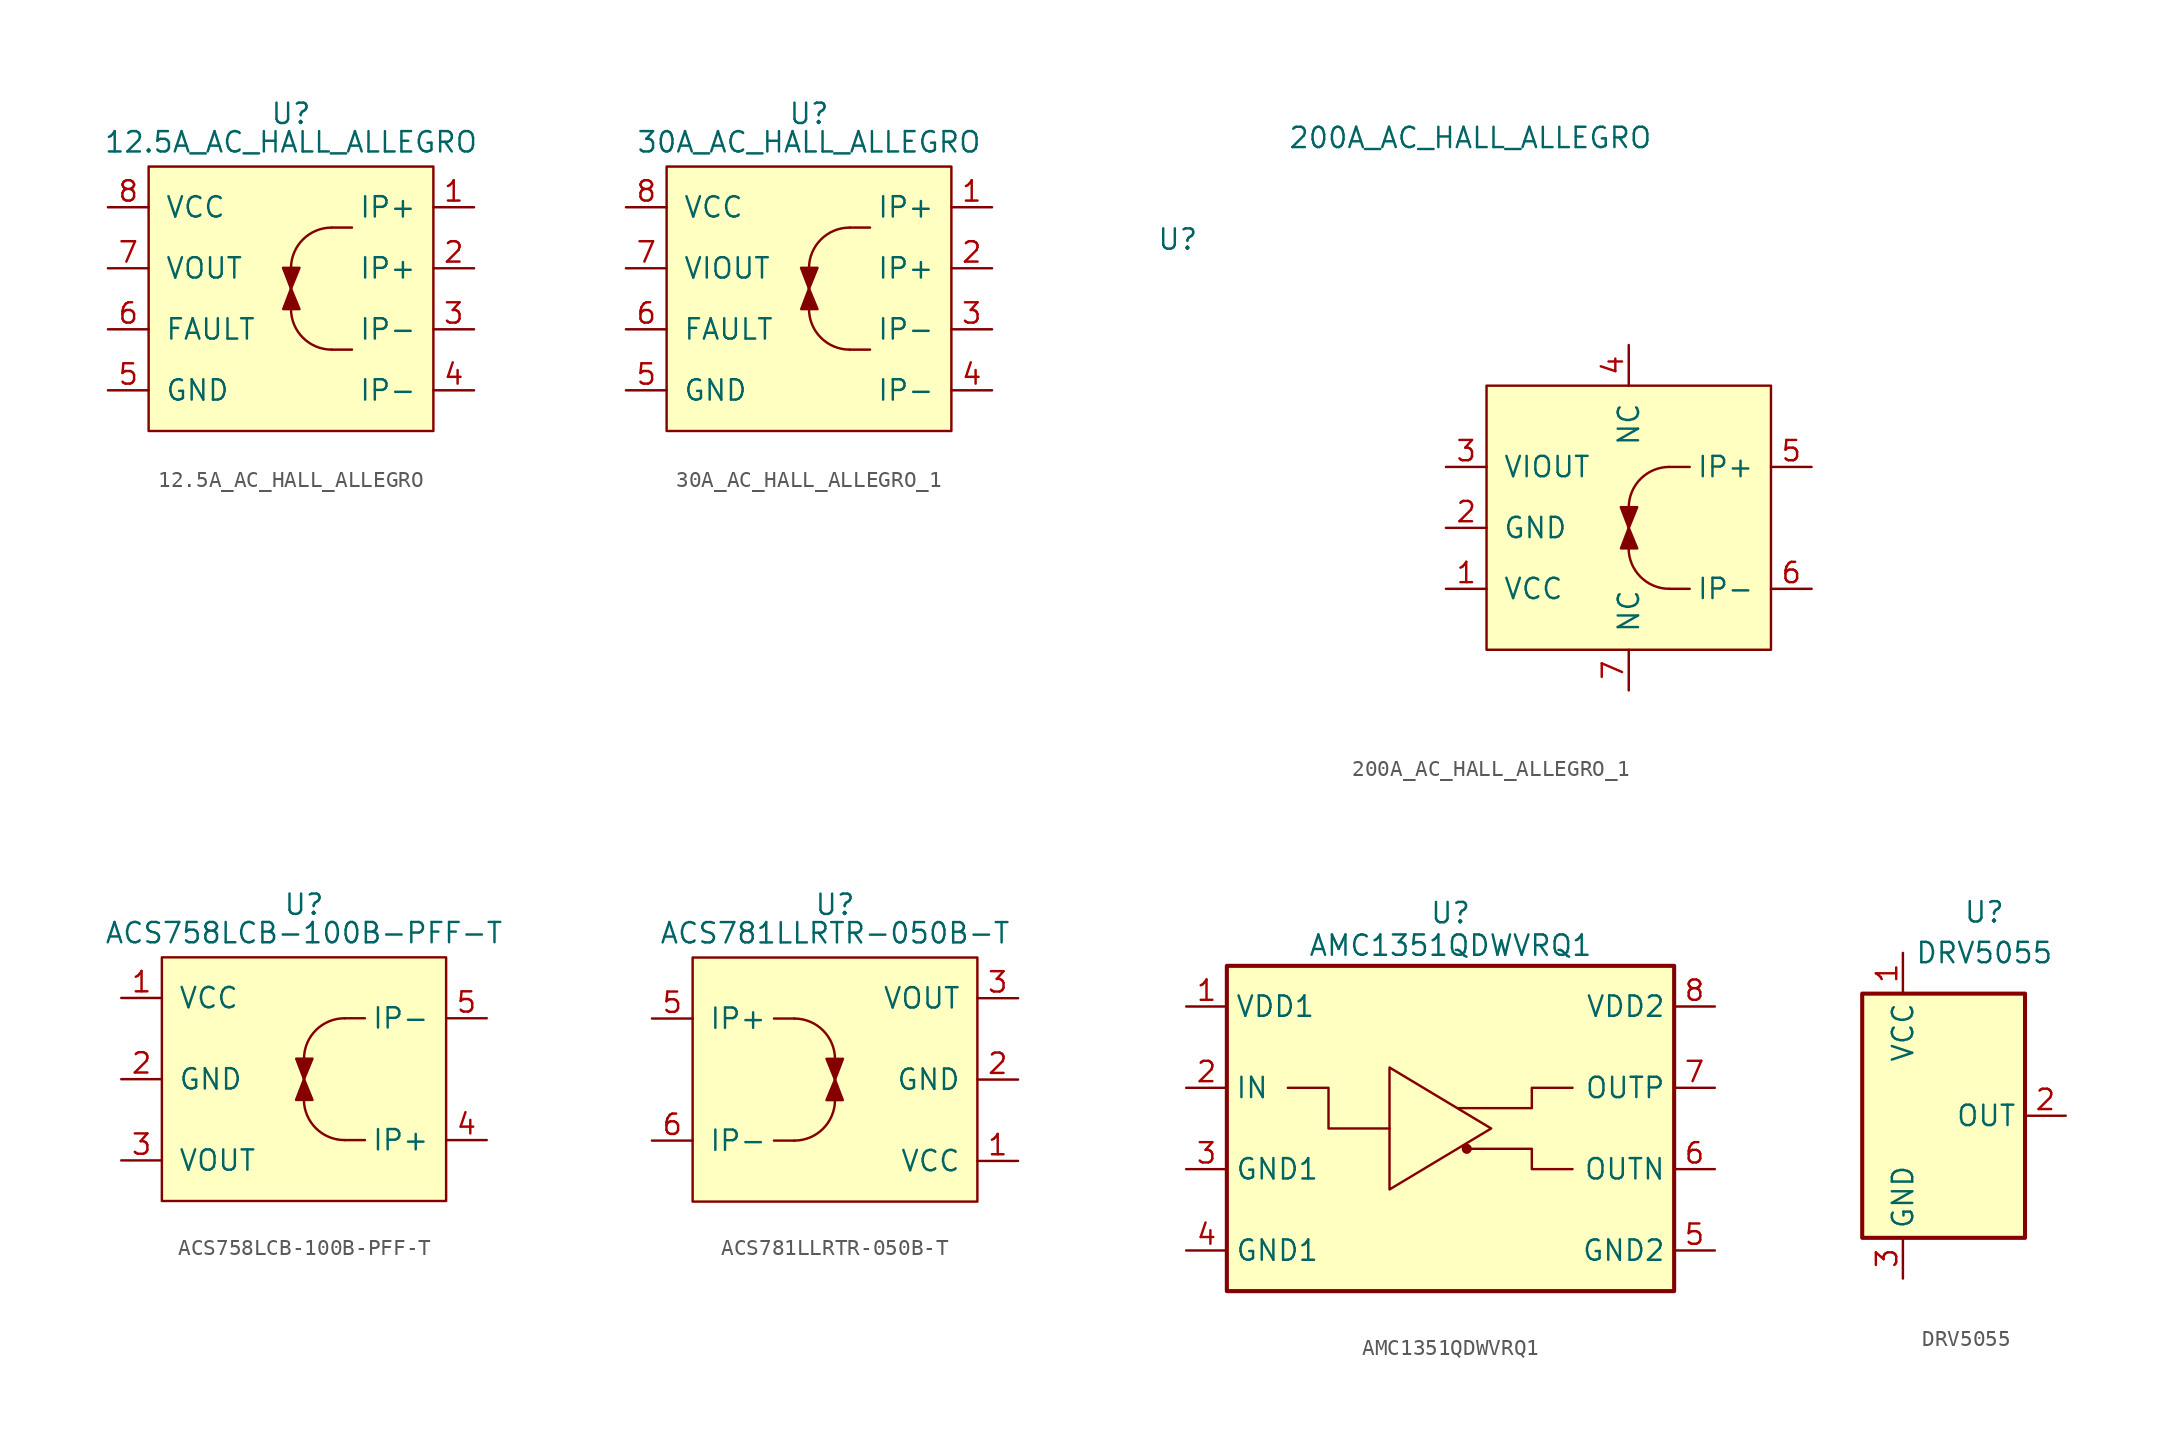
<source format=kicad_sym>
(kicad_symbol_lib
  (version 20231120)
  (generator "kicad_symbol_editor")
  (generator_version "8.0")
  (symbol "12.5A_AC_HALL_ALLEGRO"
    (pin_names
      (offset 1.016))
    (property "Reference" "U"
      (at 0 10.922 0)
      (effects (font (size 1.27 1.27))))
    (property "Value" "12.5A_AC_HALL_ALLEGRO"
      (at 0 9.144 0)
      (effects (font (size 1.27 1.27))))
    (symbol "12.5A_AC_HALL_ALLEGRO_0_1"
      (arc (start 0 -1.27) (mid 0.7439 -3.0661) (end 2.54 -3.81) (stroke (width 0) (type default)) (fill (type none)))
      (polyline (pts (xy 0 1.27) (xy 0 -1.27)) (stroke (width 0) (type default)) (fill (type none)))
      (polyline (pts (xy 3.81 -3.81) (xy 2.54 -3.81)) (stroke (width 0) (type default)) (fill (type none)))
      (polyline (pts (xy 3.81 3.81) (xy 2.54 3.81)) (stroke (width 0) (type default)) (fill (type none)))
      (arc (start 2.54 3.81) (mid 0.7439 3.0661) (end 0 1.27) (stroke (width 0) (type default)) (fill (type none)))
      (rectangle (start 8.89 7.62) (end -8.89 -8.89) (stroke (width 0) (type default)) (fill (type background))))
    (symbol "12.5A_AC_HALL_ALLEGRO_1_0"
      (pin bidirectional line (at 11.43 5.08 180) (length 2.54) (name "IP+" (effects (font (size 1.27 1.27)))) (number "1" (effects (font (size 1.27 1.27)))))
      (pin bidirectional line (at 11.43 1.27 180) (length 2.54) (name "IP+" (effects (font (size 1.27 1.27)))) (number "2" (effects (font (size 1.27 1.27)))))
      (pin bidirectional line (at 11.43 -2.54 180) (length 2.54) (name "IP-" (effects (font (size 1.27 1.27)))) (number "3" (effects (font (size 1.27 1.27)))))
      (pin bidirectional line (at 11.43 -6.35 180) (length 2.54) (name "IP-" (effects (font (size 1.27 1.27)))) (number "4" (effects (font (size 1.27 1.27)))))
      (pin power_in line (at -11.43 -6.35 0) (length 2.54) (name "GND" (effects (font (size 1.27 1.27)))) (number "5" (effects (font (size 1.27 1.27)))))
      (pin input line (at -11.43 -2.54 0) (length 2.54) (name "FAULT" (effects (font (size 1.27 1.27)))) (number "6" (effects (font (size 1.27 1.27)))))
      (pin output line (at -11.43 1.27 0) (length 2.54) (name "VOUT" (effects (font (size 1.27 1.27)))) (number "7" (effects (font (size 1.27 1.27)))))
      (pin power_in line (at -11.43 5.08 0) (length 2.54) (name "VCC" (effects (font (size 1.27 1.27)))) (number "8" (effects (font (size 1.27 1.27))))))
    (symbol "12.5A_AC_HALL_ALLEGRO_1_1"
      (polyline (pts (xy 0 0) (xy -0.498 1.296) (xy 0.53 1.296) (xy 0 -0.008)) (stroke (width 0) (type default)) (fill (type outline)))
      (polyline (pts (xy 0 0) (xy -0.488 -1.281) (xy 0.53 -1.281) (xy 0 0)) (stroke (width 0) (type default)) (fill (type outline)))))
  (symbol "30A_AC_HALL_ALLEGRO_1"
    (pin_names
      (offset 1.016))
    (property "Reference" "U"
      (at 0 10.922 0)
      (effects (font (size 1.27 1.27))))
    (property "Value" "30A_AC_HALL_ALLEGRO"
      (at 0 9.144 0)
      (effects (font (size 1.27 1.27))))
    (symbol "30A_AC_HALL_ALLEGRO_1_0_1"
      (arc (start 0 -1.27) (mid 0.7439 -3.0661) (end 2.54 -3.81) (stroke (width 0) (type default)) (fill (type none)))
      (polyline (pts (xy 0 1.27) (xy 0 -1.27)) (stroke (width 0) (type default)) (fill (type none)))
      (polyline (pts (xy 3.81 -3.81) (xy 2.54 -3.81)) (stroke (width 0) (type default)) (fill (type none)))
      (polyline (pts (xy 3.81 3.81) (xy 2.54 3.81)) (stroke (width 0) (type default)) (fill (type none)))
      (arc (start 2.54 3.81) (mid 0.7439 3.0661) (end 0 1.27) (stroke (width 0) (type default)) (fill (type none)))
      (rectangle (start 8.89 7.62) (end -8.89 -8.89) (stroke (width 0) (type default)) (fill (type background))))
    (symbol "30A_AC_HALL_ALLEGRO_1_1_0"
      (pin bidirectional line (at 11.43 5.08 180) (length 2.54) (name "IP+" (effects (font (size 1.27 1.27)))) (number "1" (effects (font (size 1.27 1.27)))))
      (pin bidirectional line (at 11.43 1.27 180) (length 2.54) (name "IP+" (effects (font (size 1.27 1.27)))) (number "2" (effects (font (size 1.27 1.27)))))
      (pin bidirectional line (at 11.43 -2.54 180) (length 2.54) (name "IP-" (effects (font (size 1.27 1.27)))) (number "3" (effects (font (size 1.27 1.27)))))
      (pin bidirectional line (at 11.43 -6.35 180) (length 2.54) (name "IP-" (effects (font (size 1.27 1.27)))) (number "4" (effects (font (size 1.27 1.27)))))
      (pin power_in line (at -11.43 -6.35 0) (length 2.54) (name "GND" (effects (font (size 1.27 1.27)))) (number "5" (effects (font (size 1.27 1.27)))))
      (pin input line (at -11.43 -2.54 0) (length 2.54) (name "FAULT" (effects (font (size 1.27 1.27)))) (number "6" (effects (font (size 1.27 1.27)))))
      (pin output line (at -11.43 1.27 0) (length 2.54) (name "VIOUT" (effects (font (size 1.27 1.27)))) (number "7" (effects (font (size 1.27 1.27)))))
      (pin power_in line (at -11.43 5.08 0) (length 2.54) (name "VCC" (effects (font (size 1.27 1.27)))) (number "8" (effects (font (size 1.27 1.27))))))
    (symbol "30A_AC_HALL_ALLEGRO_1_1_1"
      (polyline (pts (xy 0 0) (xy -0.498 1.296) (xy 0.53 1.296) (xy 0 -0.008)) (stroke (width 0) (type default)) (fill (type outline)))
      (polyline (pts (xy 0 0) (xy -0.488 -1.281) (xy 0.53 -1.281) (xy 0 0)) (stroke (width 0) (type default)) (fill (type outline)))))
  (symbol "200A_AC_HALL_ALLEGRO_1"
    (pin_names
      (offset 1.016))
    (property "Reference" "U"
      (at -28.194 16.764 0)
      (effects (font (size 1.27 1.27))))
    (property "Value" "200A_AC_HALL_ALLEGRO"
      (at -9.906 23.114 0)
      (effects (font (size 1.27 1.27))))
    (symbol "200A_AC_HALL_ALLEGRO_1_0_1"
      (rectangle (start -8.89 7.62) (end 8.89 -8.89) (stroke (width 0) (type default)) (fill (type background)))
      (arc (start 0 -2.54) (mid 0.7439 -4.3361) (end 2.54 -5.08) (stroke (width 0) (type default)) (fill (type none)))
      (polyline (pts (xy 0 0) (xy 0 -2.54)) (stroke (width 0) (type default)) (fill (type none)))
      (polyline (pts (xy 3.81 -5.08) (xy 2.54 -5.08)) (stroke (width 0) (type default)) (fill (type none)))
      (polyline (pts (xy 3.81 2.54) (xy 2.54 2.54)) (stroke (width 0) (type default)) (fill (type none)))
      (arc (start 2.54 2.54) (mid 0.7439 1.7961) (end 0 0) (stroke (width 0) (type default)) (fill (type none))))
    (symbol "200A_AC_HALL_ALLEGRO_1_1_0"
      (pin output line (at -11.43 -5.08 0) (length 2.54) (name "VCC" (effects (font (size 1.27 1.27)))) (number "1" (effects (font (size 1.27 1.27)))))
      (pin power_in line (at -11.43 -1.27 0) (length 2.54) (name "GND" (effects (font (size 1.27 1.27)))) (number "2" (effects (font (size 1.27 1.27)))))
      (pin output line (at -11.43 2.54 0) (length 2.54) (name "VIOUT" (effects (font (size 1.27 1.27)))) (number "3" (effects (font (size 1.27 1.27)))))
      (pin input line (at 0 10.16 270) (length 2.54) (name "NC" (effects (font (size 1.27 1.27)))) (number "4" (effects (font (size 1.27 1.27)))))
      (pin bidirectional line (at 11.43 2.54 180) (length 2.54) (name "IP+" (effects (font (size 1.27 1.27)))) (number "5" (effects (font (size 1.27 1.27)))))
      (pin bidirectional line (at 11.43 -5.08 180) (length 2.54) (name "IP-" (effects (font (size 1.27 1.27)))) (number "6" (effects (font (size 1.27 1.27)))))
      (pin input line (at 0 -11.43 90) (length 2.54) (name "NC" (effects (font (size 1.27 1.27)))) (number "7" (effects (font (size 1.27 1.27))))))
    (symbol "200A_AC_HALL_ALLEGRO_1_1_1"
      (polyline (pts (xy 0 -1.27) (xy -0.498 0.026) (xy 0.53 0.026) (xy 0 -1.278)) (stroke (width 0) (type default)) (fill (type outline)))
      (polyline (pts (xy 0 -1.27) (xy -0.488 -2.551) (xy 0.53 -2.551) (xy 0 -1.27)) (stroke (width 0) (type default)) (fill (type outline)))))
  (symbol "ACS758LCB-100B-PFF-T"
    (pin_names
      (offset 1.016))
    (property "Reference" "U"
      (at 0 10.922 0)
      (effects (font (size 1.27 1.27))))
    (property "Value" "ACS758LCB-100B-PFF-T"
      (at 0 9.144 0)
      (effects (font (size 1.27 1.27))))
    (symbol "ACS758LCB-100B-PFF-T_0_1"
      (arc (start 0 -1.27) (mid 0.7439 -3.0661) (end 2.54 -3.81) (stroke (width 0) (type default)) (fill (type none)))
      (polyline (pts (xy 0 -1.27) (xy 0 1.27)) (stroke (width 0) (type default)) (fill (type none)))
      (polyline (pts (xy 3.81 -3.81) (xy 2.54 -3.81)) (stroke (width 0) (type default)) (fill (type none)))
      (polyline (pts (xy 3.81 3.81) (xy 2.54 3.81)) (stroke (width 0) (type default)) (fill (type none)))
      (arc (start 2.54 3.81) (mid 0.7439 3.0661) (end 0 1.27) (stroke (width 0) (type default)) (fill (type none)))
      (rectangle (start 8.89 -7.62) (end -8.89 7.62) (stroke (width 0) (type default)) (fill (type background))))
    (symbol "ACS758LCB-100B-PFF-T_1_0"
      (pin power_in line (at -11.43 5.08 0) (length 2.54) (name "VCC" (effects (font (size 1.27 1.27)))) (number "1" (effects (font (size 1.27 1.27)))))
      (pin power_in line (at -11.43 0 0) (length 2.54) (name "GND" (effects (font (size 1.27 1.27)))) (number "2" (effects (font (size 1.27 1.27)))))
      (pin output line (at -11.43 -5.08 0) (length 2.54) (name "VOUT" (effects (font (size 1.27 1.27)))) (number "3" (effects (font (size 1.27 1.27)))))
      (pin bidirectional line (at 11.43 -3.81 180) (length 2.54) (name "IP+" (effects (font (size 1.27 1.27)))) (number "4" (effects (font (size 1.27 1.27)))))
      (pin bidirectional line (at 11.43 3.81 180) (length 2.54) (name "IP-" (effects (font (size 1.27 1.27)))) (number "5" (effects (font (size 1.27 1.27))))))
    (symbol "ACS758LCB-100B-PFF-T_1_1"
      (polyline (pts (xy 0 0) (xy -0.498 -1.296) (xy 0.53 -1.296) (xy 0 0.008)) (stroke (width 0) (type default)) (fill (type outline)))
      (polyline (pts (xy 0 0) (xy -0.488 1.281) (xy 0.53 1.281) (xy 0 0)) (stroke (width 0) (type default)) (fill (type outline)))))
  (symbol "ACS781LLRTR-050B-T"
    (pin_names
      (offset 1.016))
    (property "Reference" "U"
      (at 0 10.922 0)
      (effects (font (size 1.27 1.27))))
    (property "Value" "ACS781LLRTR-050B-T"
      (at 0 9.144 0)
      (effects (font (size 1.27 1.27))))
    (symbol "ACS781LLRTR-050B-T_0_1"
      (rectangle (start -8.89 7.62) (end 8.89 -7.62) (stroke (width 0) (type default)) (fill (type background)))
      (arc (start -2.54 -3.81) (mid -0.7439 -3.0661) (end 0 -1.27) (stroke (width 0) (type default)) (fill (type none)))
      (polyline (pts (xy -3.81 -3.81) (xy -2.54 -3.81)) (stroke (width 0) (type default)) (fill (type none)))
      (polyline (pts (xy -3.81 3.81) (xy -2.54 3.81)) (stroke (width 0) (type default)) (fill (type none)))
      (polyline (pts (xy 0 1.27) (xy 0 -1.27)) (stroke (width 0) (type default)) (fill (type none)))
      (arc (start 0 1.27) (mid -0.7439 3.0661) (end -2.54 3.81) (stroke (width 0) (type default)) (fill (type none))))
    (symbol "ACS781LLRTR-050B-T_1_0"
      (pin power_in line (at 11.43 -5.08 180) (length 2.54) (name "VCC" (effects (font (size 1.27 1.27)))) (number "1" (effects (font (size 1.27 1.27)))))
      (pin power_in line (at 11.43 0 180) (length 2.54) (name "GND" (effects (font (size 1.27 1.27)))) (number "2" (effects (font (size 1.27 1.27)))))
      (pin output line (at 11.43 5.08 180) (length 2.54) (name "VOUT" (effects (font (size 1.27 1.27)))) (number "3" (effects (font (size 1.27 1.27)))))
      (pin bidirectional line (at -11.43 3.81 0) (length 2.54) (name "IP+" (effects (font (size 1.27 1.27)))) (number "5" (effects (font (size 1.27 1.27)))))
      (pin bidirectional line (at -11.43 -3.81 0) (length 2.54) (name "IP-" (effects (font (size 1.27 1.27)))) (number "6" (effects (font (size 1.27 1.27))))))
    (symbol "ACS781LLRTR-050B-T_1_1"
      (polyline (pts (xy 0 0) (xy 0.488 -1.281) (xy -0.53 -1.281) (xy 0 0)) (stroke (width 0) (type default)) (fill (type outline)))
      (polyline (pts (xy 0 0) (xy 0.498 1.296) (xy -0.53 1.296) (xy 0 -0.008)) (stroke (width 0) (type default)) (fill (type outline)))))
  (symbol "AMC1351QDWVRQ1"
    (property "Reference" "U"
      (at 0 13.462 0)
      (effects (font (size 1.27 1.27))))
    (property "Value" "AMC1351QDWVRQ1"
      (at 0 11.43 0)
      (effects (font (size 1.27 1.27))))
    (symbol "AMC1351QDWVRQ1_0_1"
      (polyline (pts (xy -10.16 2.54) (xy -7.62 2.54) (xy -7.62 0) (xy -3.81 0)) (stroke (width 0) (type default)) (fill (type none)))
      (polyline (pts (xy -3.81 3.81) (xy -3.81 -3.81) (xy 2.54 0) (xy -3.81 3.81)) (stroke (width 0) (type default)) (fill (type none)))
      (polyline (pts (xy 0.449 1.27) (xy 5.08 1.27) (xy 5.08 2.54) (xy 7.62 2.54)) (stroke (width 0) (type default)) (fill (type none)))
      (polyline (pts (xy 1.27 -1.27) (xy 5.08 -1.27) (xy 5.08 -2.54) (xy 7.62 -2.54)) (stroke (width 0) (type default)) (fill (type none))))
    (symbol "AMC1351QDWVRQ1_1_1"
      (rectangle (start -13.97 10.16) (end 13.97 -10.16) (stroke (width 0.254) (type default)) (fill (type background)))
      (circle (center 1.016 -1.27) (radius 0.24) (stroke (width 0) (type default)) (fill (type outline)))
      (pin power_in line (at -16.51 7.62 0) (length 2.54) (name "VDD1" (effects (font (size 1.27 1.27)))) (number "1" (effects (font (size 1.27 1.27)))))
      (pin power_in line (at -16.51 2.54 0) (length 2.54) (name "IN" (effects (font (size 1.27 1.27)))) (number "2" (effects (font (size 1.27 1.27)))))
      (pin power_in line (at -16.51 -2.54 0) (length 2.54) (name "GND1" (effects (font (size 1.27 1.27)))) (number "3" (effects (font (size 1.27 1.27)))))
      (pin power_in line (at -16.51 -7.62 0) (length 2.54) (name "GND1" (effects (font (size 1.27 1.27)))) (number "4" (effects (font (size 1.27 1.27)))))
      (pin output line (at 16.51 -7.62 180) (length 2.54) (name "GND2" (effects (font (size 1.27 1.27)))) (number "5" (effects (font (size 1.27 1.27)))))
      (pin output line (at 16.51 -2.54 180) (length 2.54) (name "OUTN" (effects (font (size 1.27 1.27)))) (number "6" (effects (font (size 1.27 1.27)))))
      (pin output line (at 16.51 2.54 180) (length 2.54) (name "OUTP" (effects (font (size 1.27 1.27)))) (number "7" (effects (font (size 1.27 1.27)))))
      (pin output line (at 16.51 7.62 180) (length 2.54) (name "VDD2" (effects (font (size 1.27 1.27)))) (number "8" (effects (font (size 1.27 1.27)))))))
  (symbol "DRV5055"
    (property "Reference" "U"
      (at 2.54 12.7 0)
      (effects (font (size 1.27 1.27))))
    (property "Value" "DRV5055"
      (at 2.54 10.16 0)
      (effects (font (size 1.27 1.27))))
    (symbol "DRV5055_1_1"
      (rectangle (start -5.08 7.62) (end 5.08 -7.62) (stroke (width 0.254) (type default)) (fill (type background)))
      (pin power_in line (at -2.54 10.16 270) (length 2.54) (name "VCC" (effects (font (size 1.27 1.27)))) (number "1" (effects (font (size 1.27 1.27)))))
      (pin output line (at 7.62 0 180) (length 2.54) (name "OUT" (effects (font (size 1.27 1.27)))) (number "2" (effects (font (size 1.27 1.27)))))
      (pin power_in line (at -2.54 -10.16 90) (length 2.54) (name "GND" (effects (font (size 1.27 1.27)))) (number "3" (effects (font (size 1.27 1.27))))))))
</source>
